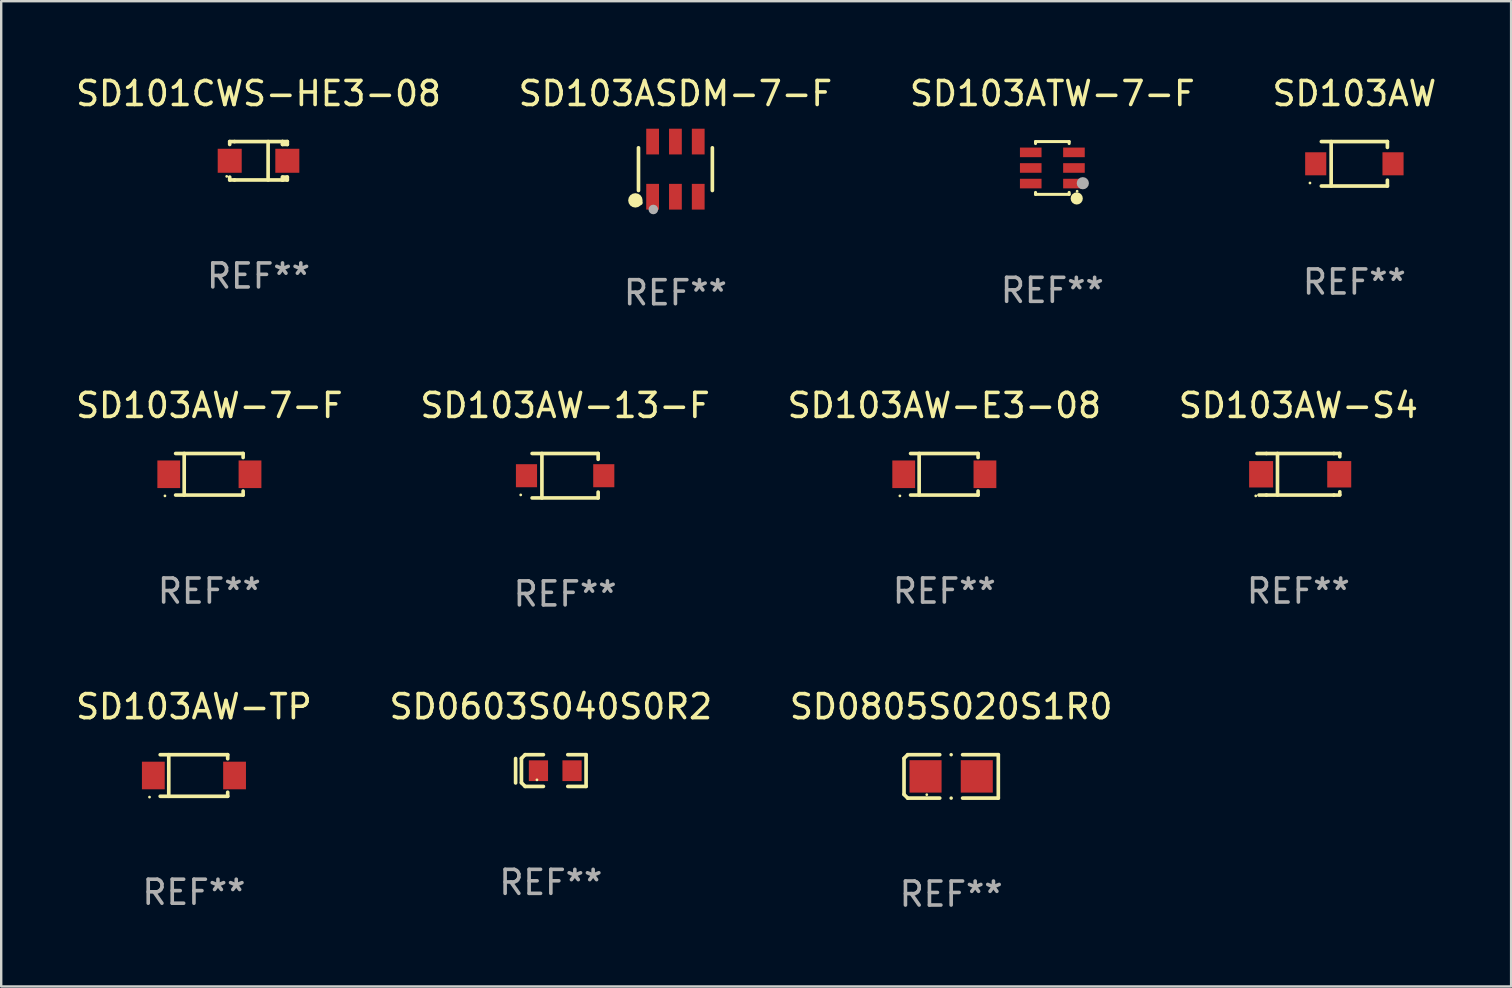
<source format=kicad_pcb>
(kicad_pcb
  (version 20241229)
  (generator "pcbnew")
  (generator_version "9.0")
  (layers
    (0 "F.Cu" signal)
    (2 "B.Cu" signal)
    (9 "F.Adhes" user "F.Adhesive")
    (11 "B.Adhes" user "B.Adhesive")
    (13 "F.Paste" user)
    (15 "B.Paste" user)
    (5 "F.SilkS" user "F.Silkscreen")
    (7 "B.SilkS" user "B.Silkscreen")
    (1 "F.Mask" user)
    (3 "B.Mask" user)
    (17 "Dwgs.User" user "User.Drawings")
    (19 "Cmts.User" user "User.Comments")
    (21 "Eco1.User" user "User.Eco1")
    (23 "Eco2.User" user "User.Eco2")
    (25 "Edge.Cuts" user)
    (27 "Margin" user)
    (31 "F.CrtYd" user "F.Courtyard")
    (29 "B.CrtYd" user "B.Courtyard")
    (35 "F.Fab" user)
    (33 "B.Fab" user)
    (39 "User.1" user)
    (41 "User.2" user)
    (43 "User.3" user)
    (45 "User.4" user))
  (footprint "SD103AW-TP"
    (layer "F.Cu")
    (at 5.03 29.258)
    (property "Reference" "SD103AW-TP" (at 0 -2.866 0) (layer "F.SilkS") (effects (font (size 1 1) (thickness 0.15))))
    (attr through_hole)
    (fp_line (start -1.406 -0.866) (end 1.406 -0.866) (stroke (width 0.152) (type solid)) (layer "F.SilkS"))
    (fp_line (start -1.406 0.866) (end 1.406 0.866) (stroke (width 0.152) (type solid)) (layer "F.SilkS"))
    (fp_line (start -1.049 -0.866) (end -1.049 0.866) (stroke (width 0.152) (type solid)) (layer "F.SilkS"))
    (fp_line (start 1.406 -0.866) (end 1.406 -0.698) (stroke (width 0.152) (type solid)) (layer "F.SilkS"))
    (fp_line (start 1.406 0.866) (end 1.406 0.698) (stroke (width 0.152) (type solid)) (layer "F.SilkS"))
    (fp_circle (center -1.851 0.9) (end -1.821 0.9) (stroke (width 0.06) (type solid)) (fill no) (layer "F.SilkS"))
    (fp_text user "REF**" (at 0 4.866 0) (layer "F.Fab") (effects (font (size 1 1) (thickness 0.15))))
    (pad "1" smd rect (at -1.692 0) (size 0.95 1.15) (layers "F.Cu" "F.Mask" "F.Paste"))
    (pad "2" smd rect (at 1.692 0) (size 0.95 1.15) (layers "F.Cu" "F.Mask" "F.Paste")))
  (footprint "SD103AW-E3-08"
    (layer "F.Cu")
    (at 36.292 16.709)
    (property "Reference" "SD103AW-E3-08" (at 0 -2.866 0) (layer "F.SilkS") (effects (font (size 1 1) (thickness 0.15))))
    (attr through_hole)
    (fp_line (start -1.406 -0.866) (end 1.406 -0.866) (stroke (width 0.152) (type solid)) (layer "F.SilkS"))
    (fp_line (start -1.406 0.866) (end 1.406 0.866) (stroke (width 0.152) (type solid)) (layer "F.SilkS"))
    (fp_line (start -1.049 -0.866) (end -1.049 0.866) (stroke (width 0.152) (type solid)) (layer "F.SilkS"))
    (fp_line (start 1.406 -0.866) (end 1.406 -0.698) (stroke (width 0.152) (type solid)) (layer "F.SilkS"))
    (fp_line (start 1.406 0.866) (end 1.406 0.698) (stroke (width 0.152) (type solid)) (layer "F.SilkS"))
    (fp_circle (center -1.851 0.9) (end -1.821 0.9) (stroke (width 0.06) (type solid)) (fill no) (layer "F.SilkS"))
    (fp_text user "REF**" (at 0 4.866 0) (layer "F.Fab") (effects (font (size 1 1) (thickness 0.15))))
    (pad "1" smd rect (at -1.692 0) (size 0.95 1.15) (layers "F.Cu" "F.Mask" "F.Paste"))
    (pad "2" smd rect (at 1.692 0) (size 0.95 1.15) (layers "F.Cu" "F.Mask" "F.Paste")))
  (footprint "SD103ATW-7-F"
    (layer "F.Cu")
    (at 40.792 3.948)
    (property "Reference" "SD103ATW-7-F" (at 0 -3.1 0) (layer "F.SilkS") (effects (font (size 1 1) (thickness 0.15))))
    (attr through_hole)
    (fp_line (start -0.7 -1.018) (end -0.7 -1.1) (stroke (width 0.127) (type solid)) (layer "F.SilkS"))
    (fp_line (start -0.7 1.1) (end -0.7 1.018) (stroke (width 0.127) (type solid)) (layer "F.SilkS"))
    (fp_line (start 0.7 -1.1) (end -0.7 -1.1) (stroke (width 0.127) (type solid)) (layer "F.SilkS"))
    (fp_line (start 0.7 -1.018) (end 0.7 -1.1) (stroke (width 0.127) (type solid)) (layer "F.SilkS"))
    (fp_line (start 0.7 1.1) (end -0.7 1.1) (stroke (width 0.127) (type solid)) (layer "F.SilkS"))
    (fp_line (start 0.7 1.1) (end 0.7 1.018) (stroke (width 0.127) (type solid)) (layer "F.SilkS"))
    (fp_circle (center 1.016 1.27) (end 1.143 1.27) (stroke (width 0.254) (type solid)) (fill no) (layer "F.SilkS"))
    (fp_circle (center 1.032 0.97) (end 1.062 0.97) (stroke (width 0.06) (type solid)) (fill no) (layer "F.SilkS"))
    (fp_circle (center 1.27 0.635) (end 1.397 0.635) (stroke (width 0.254) (type solid)) (fill no) (layer "F.Fab"))
    (fp_text user "REF**" (at 0 5.1 0) (layer "F.Fab") (effects (font (size 1 1) (thickness 0.15))))
    (pad "1" smd rect (at 0.9 0.65 90) (size 0.4 0.9) (layers "F.Cu" "F.Mask" "F.Paste"))
    (pad "2" smd rect (at 0.9 -0.000102 90) (size 0.4 0.9) (layers "F.Cu" "F.Mask" "F.Paste"))
    (pad "3" smd rect (at 0.9 -0.65 90) (size 0.4 0.9) (layers "F.Cu" "F.Mask" "F.Paste"))
    (pad "4" smd rect (at -0.9 -0.65 90) (size 0.4 0.9) (layers "F.Cu" "F.Mask" "F.Paste"))
    (pad "5" smd rect (at -0.9 -0.000102 90) (size 0.4 0.9) (layers "F.Cu" "F.Mask" "F.Paste"))
    (pad "6" smd rect (at -0.9 0.65 90) (size 0.4 0.9) (layers "F.Cu" "F.Mask" "F.Paste")))
  (footprint "SD0603S040S0R2"
    (layer "F.Cu")
    (at 19.899 29.052)
    (property "Reference" "SD0603S040S0R2" (at 0 -2.661 0) (layer "F.SilkS") (effects (font (size 1 1) (thickness 0.15))))
    (attr through_hole)
    (fp_line (start -1.468 -0.501) (end -1.468 0.515) (stroke (width 0.152) (type solid)) (layer "F.SilkS"))
    (fp_line (start -1.225 -0.508) (end -1.072 -0.661) (stroke (width 0.152) (type solid)) (layer "F.SilkS"))
    (fp_line (start -1.225 0.508) (end -1.225 -0.508) (stroke (width 0.152) (type solid)) (layer "F.SilkS"))
    (fp_line (start -1.072 -0.661) (end -0.31 -0.661) (stroke (width 0.152) (type solid)) (layer "F.SilkS"))
    (fp_line (start -1.072 0.661) (end -1.225 0.508) (stroke (width 0.152) (type solid)) (layer "F.SilkS"))
    (fp_line (start -1.072 0.661) (end -0.31 0.661) (stroke (width 0.152) (type solid)) (layer "F.SilkS"))
    (fp_line (start 1.468 -0.661) (end 0.706 -0.661) (stroke (width 0.152) (type solid)) (layer "F.SilkS"))
    (fp_line (start 1.468 -0.661) (end 1.468 0.661) (stroke (width 0.152) (type solid)) (layer "F.SilkS"))
    (fp_line (start 1.468 0.661) (end 0.706 0.661) (stroke (width 0.152) (type solid)) (layer "F.SilkS"))
    (fp_circle (center -0.579 0.388) (end -0.549 0.388) (stroke (width 0.06) (type solid)) (fill no) (layer "F.SilkS"))
    (fp_text user "REF**" (at 0 4.661 0) (layer "F.Fab") (effects (font (size 1 1) (thickness 0.15))))
    (pad "1" smd rect (at -0.517 0.007) (size 0.8 0.864) (layers "F.Cu" "F.Mask" "F.Paste"))
    (pad "2" smd rect (at 0.883 0.007) (size 0.8 0.864) (layers "F.Cu" "F.Mask" "F.Paste")))
  (footprint "SD103AW-13-F"
    (layer "F.Cu")
    (at 20.494 16.769)
    (property "Reference" "SD103AW-13-F" (at 0 -2.926 0) (layer "F.SilkS") (effects (font (size 1 1) (thickness 0.15))))
    (attr through_hole)
    (fp_line (start -1.376 -0.926) (end 1.376 -0.926) (stroke (width 0.152) (type solid)) (layer "F.SilkS"))
    (fp_line (start -1.376 0.926) (end 1.376 0.926) (stroke (width 0.152) (type solid)) (layer "F.SilkS"))
    (fp_line (start -0.967 -0.926) (end -0.967 0.926) (stroke (width 0.152) (type solid)) (layer "F.SilkS"))
    (fp_line (start 1.376 -0.926) (end 1.376 -0.683) (stroke (width 0.152) (type solid)) (layer "F.SilkS"))
    (fp_line (start 1.376 0.926) (end 1.376 0.683) (stroke (width 0.152) (type solid)) (layer "F.SilkS"))
    (fp_circle (center -1.85 0.8) (end -1.82 0.8) (stroke (width 0.06) (type solid)) (fill no) (layer "F.SilkS"))
    (fp_text user "REF**" (at 0 4.926 0) (layer "F.Fab") (effects (font (size 1 1) (thickness 0.15))))
    (pad "1" smd rect (at -1.61 0) (size 0.88 0.96) (layers "F.Cu" "F.Mask" "F.Paste"))
    (pad "2" smd rect (at 1.61 0) (size 0.88 0.96) (layers "F.Cu" "F.Mask" "F.Paste")))
  (footprint "SD0805S020S1R0"
    (layer "F.Cu")
    (at 36.577 29.296)
    (property "Reference" "SD0805S020S1R0" (at 0 -2.904 0) (layer "F.SilkS") (effects (font (size 1 1) (thickness 0.15))))
    (attr through_hole)
    (fp_line (start -1.964 -0.751) (end -1.811 -0.904) (stroke (width 0.152) (type solid)) (layer "F.SilkS"))
    (fp_line (start -1.964 0.751) (end -1.964 -0.751) (stroke (width 0.152) (type solid)) (layer "F.SilkS"))
    (fp_line (start -1.811 -0.904) (end -0.476 -0.904) (stroke (width 0.152) (type solid)) (layer "F.SilkS"))
    (fp_line (start -1.811 0.904) (end -1.964 0.751) (stroke (width 0.152) (type solid)) (layer "F.SilkS"))
    (fp_line (start -0.476 0.904) (end -1.811 0.904) (stroke (width 0.152) (type solid)) (layer "F.SilkS"))
    (fp_line (start 0.476 0.904) (end 1.964 0.904) (stroke (width 0.152) (type solid)) (layer "F.SilkS"))
    (fp_line (start 1.964 -0.904) (end 0.476 -0.904) (stroke (width 0.152) (type solid)) (layer "F.SilkS"))
    (fp_line (start 1.964 0.904) (end 1.964 -0.904) (stroke (width 0.152) (type solid)) (layer "F.SilkS"))
    (fp_circle (center -1.016 0.762) (end -0.986 0.762) (stroke (width 0.06) (type solid)) (fill no) (layer "F.SilkS"))
    (fp_circle (center -0.000076 -0.904) (end 0.038 -0.904) (stroke (width 0.076) (type solid)) (fill no) (layer "F.SilkS"))
    (fp_circle (center -0.000076 0.904) (end 0.038 0.904) (stroke (width 0.076) (type solid)) (fill no) (layer "F.SilkS"))
    (fp_text user "REF**" (at 0 4.904 0) (layer "F.Fab") (effects (font (size 1 1) (thickness 0.15))))
    (pad "1" smd rect (at -1.067 0.000076 180) (size 1.335 1.35) (layers "F.Cu" "F.Mask" "F.Paste"))
    (pad "2" smd rect (at 1.067 0.000076 180) (size 1.335 1.35) (layers "F.Cu" "F.Mask" "F.Paste")))
  (footprint "SD103ASDM-7-F"
    (layer "F.Cu")
    (at 25.089 3.997)
    (property "Reference" "SD103ASDM-7-F" (at 0 -3.149 0) (layer "F.SilkS") (effects (font (size 1 1) (thickness 0.15))))
    (attr through_hole)
    (fp_line (start -1.539 0.889) (end -1.539 -0.889) (stroke (width 0.152) (type solid)) (layer "F.SilkS"))
    (fp_line (start 1.539 0.889) (end 1.539 -0.889) (stroke (width 0.152) (type solid)) (layer "F.SilkS"))
    (fp_circle (center -1.668 1.301) (end -1.518 1.301) (stroke (width 0.3) (type solid)) (fill no) (layer "F.SilkS"))
    (fp_circle (center -1.463 1.4) (end -1.413 1.4) (stroke (width 0.1) (type solid)) (fill no) (layer "F.SilkS"))
    (fp_circle (center -0.92 1.68) (end -0.82 1.68) (stroke (width 0.2) (type solid)) (fill no) (layer "F.Fab"))
    (fp_text user "REF**" (at 0 5.149 0) (layer "F.Fab") (effects (font (size 1 1) (thickness 0.15))))
    (pad "1" smd rect (at -0.95 1.149) (size 0.532 1.072) (layers "F.Cu" "F.Mask" "F.Paste"))
    (pad "2" smd rect (at 0 1.149) (size 0.532 1.072) (layers "F.Cu" "F.Mask" "F.Paste"))
    (pad "3" smd rect (at 0.95 1.149) (size 0.532 1.072) (layers "F.Cu" "F.Mask" "F.Paste"))
    (pad "4" smd rect (at 0.95 -1.149) (size 0.532 1.072) (layers "F.Cu" "F.Mask" "F.Paste"))
    (pad "5" smd rect (at 0 -1.149) (size 0.532 1.072) (layers "F.Cu" "F.Mask" "F.Paste"))
    (pad "6" smd rect (at -0.95 -1.149) (size 0.532 1.072) (layers "F.Cu" "F.Mask" "F.Paste")))
  (footprint "SD101CWS-HE3-08"
    (layer "F.Cu")
    (at 7.72 3.648)
    (property "Reference" "SD101CWS-HE3-08" (at 0 -2.8 0) (layer "F.SilkS") (effects (font (size 1 1) (thickness 0.15))))
    (attr through_hole)
    (fp_line (start -1.2 -0.8) (end -1.2 -0.68) (stroke (width 0.152) (type solid)) (layer "F.SilkS"))
    (fp_line (start -1.2 0.68) (end -1.2 0.8) (stroke (width 0.152) (type solid)) (layer "F.SilkS"))
    (fp_line (start -1.2 0.8) (end -1 0.8) (stroke (width 0.152) (type solid)) (layer "F.SilkS"))
    (fp_line (start -1 -0.8) (end -1.2 -0.8) (stroke (width 0.152) (type solid)) (layer "F.SilkS"))
    (fp_line (start -1 -0.8) (end 1 -0.8) (stroke (width 0.152) (type solid)) (layer "F.SilkS"))
    (fp_line (start -1 0.8) (end 1 0.8) (stroke (width 0.152) (type solid)) (layer "F.SilkS"))
    (fp_line (start 0.4 -0.8) (end 0.4 0.8) (stroke (width 0.152) (type solid)) (layer "F.SilkS"))
    (fp_line (start 1 -0.8) (end 1 -0.68) (stroke (width 0.152) (type solid)) (layer "F.SilkS"))
    (fp_line (start 1 -0.8) (end 1.2 -0.8) (stroke (width 0.152) (type solid)) (layer "F.SilkS"))
    (fp_line (start 1 0.68) (end 1 0.8) (stroke (width 0.152) (type solid)) (layer "F.SilkS"))
    (fp_line (start 1 0.68) (end 1.2 0.68) (stroke (width 0.152) (type solid)) (layer "F.SilkS"))
    (fp_line (start 1.2 -0.8) (end 1.2 -0.68) (stroke (width 0.152) (type solid)) (layer "F.SilkS"))
    (fp_line (start 1.2 -0.68) (end 1 -0.68) (stroke (width 0.152) (type solid)) (layer "F.SilkS"))
    (fp_line (start 1.2 0.68) (end 1.2 0.8) (stroke (width 0.152) (type solid)) (layer "F.SilkS"))
    (fp_line (start 1.2 0.8) (end 1 0.8) (stroke (width 0.152) (type solid)) (layer "F.SilkS"))
    (fp_circle (center -1.325 0.65) (end -1.295 0.65) (stroke (width 0.06) (type solid)) (fill no) (layer "F.SilkS"))
    (fp_text user "REF**" (at 0 4.8 0) (layer "F.Fab") (effects (font (size 1 1) (thickness 0.15))))
    (pad "1" smd rect (at -1.2 0 180) (size 1 1) (layers "F.Cu" "F.Mask" "F.Paste"))
    (pad "2" smd rect (at 1.2 0 180) (size 1 1) (layers "F.Cu" "F.Mask" "F.Paste")))
  (footprint "SD103AW-7-F"
    (layer "F.Cu")
    (at 5.673 16.709)
    (property "Reference" "SD103AW-7-F" (at 0 -2.866 0) (layer "F.SilkS") (effects (font (size 1 1) (thickness 0.15))))
    (attr through_hole)
    (fp_line (start -1.406 -0.866) (end 1.406 -0.866) (stroke (width 0.152) (type solid)) (layer "F.SilkS"))
    (fp_line (start -1.406 0.866) (end 1.406 0.866) (stroke (width 0.152) (type solid)) (layer "F.SilkS"))
    (fp_line (start -1.049 -0.866) (end -1.049 0.866) (stroke (width 0.152) (type solid)) (layer "F.SilkS"))
    (fp_line (start 1.406 -0.866) (end 1.406 -0.698) (stroke (width 0.152) (type solid)) (layer "F.SilkS"))
    (fp_line (start 1.406 0.866) (end 1.406 0.698) (stroke (width 0.152) (type solid)) (layer "F.SilkS"))
    (fp_circle (center -1.851 0.9) (end -1.821 0.9) (stroke (width 0.06) (type solid)) (fill no) (layer "F.SilkS"))
    (fp_text user "REF**" (at 0 4.866 0) (layer "F.Fab") (effects (font (size 1 1) (thickness 0.15))))
    (pad "1" smd rect (at -1.692 0) (size 0.95 1.15) (layers "F.Cu" "F.Mask" "F.Paste"))
    (pad "2" smd rect (at 1.692 0) (size 0.95 1.15) (layers "F.Cu" "F.Mask" "F.Paste")))
  (footprint "SD103AW-S4"
    (layer "F.Cu")
    (at 51.042 16.709)
    (property "Reference" "SD103AW-S4" (at 0 -2.866 0) (layer "F.SilkS") (effects (font (size 1 1) (thickness 0.15))))
    (attr through_hole)
    (fp_line (start -1.332 0.866) (end -1.642 0.866) (stroke (width 0.152) (type solid)) (layer "F.SilkS"))
    (fp_line (start -1.331 -0.866) (end -1.725 -0.866) (stroke (width 0.152) (type solid)) (layer "F.SilkS"))
    (fp_line (start -1.331 -0.866) (end 1.481 -0.866) (stroke (width 0.152) (type solid)) (layer "F.SilkS"))
    (fp_line (start -1.331 0.866) (end 1.481 0.866) (stroke (width 0.152) (type solid)) (layer "F.SilkS"))
    (fp_line (start -0.87 -0.866) (end -0.87 0.866) (stroke (width 0.152) (type solid)) (layer "F.SilkS"))
    (fp_line (start 1.481 -0.866) (end 1.725 -0.866) (stroke (width 0.152) (type solid)) (layer "F.SilkS"))
    (fp_line (start 1.481 0.866) (end 1.725 0.866) (stroke (width 0.152) (type solid)) (layer "F.SilkS"))
    (fp_line (start 1.725 -0.866) (end 1.725 -0.73) (stroke (width 0.152) (type solid)) (layer "F.SilkS"))
    (fp_line (start 1.725 0.73) (end 1.725 0.85) (stroke (width 0.152) (type solid)) (layer "F.SilkS"))
    (fp_circle (center -1.775 0.9) (end -1.745 0.9) (stroke (width 0.06) (type solid)) (fill no) (layer "F.SilkS"))
    (fp_text user "REF**" (at 0 4.866 0) (layer "F.Fab") (effects (font (size 1 1) (thickness 0.15))))
    (pad "1" smd rect (at -1.552 0) (size 1 1.1) (layers "F.Cu" "F.Mask" "F.Paste"))
    (pad "2" smd rect (at 1.702 0) (size 1 1.1) (layers "F.Cu" "F.Mask" "F.Paste")))
  (footprint "SD103AW"
    (layer "F.Cu")
    (at 53.375 3.774)
    (property "Reference" "SD103AW" (at 0 -2.926 0) (layer "F.SilkS") (effects (font (size 1 1) (thickness 0.15))))
    (attr through_hole)
    (fp_line (start -1.376 -0.926) (end 1.376 -0.926) (stroke (width 0.152) (type solid)) (layer "F.SilkS"))
    (fp_line (start -1.376 0.926) (end 1.376 0.926) (stroke (width 0.152) (type solid)) (layer "F.SilkS"))
    (fp_line (start -0.967 -0.926) (end -0.967 0.926) (stroke (width 0.152) (type solid)) (layer "F.SilkS"))
    (fp_line (start 1.376 -0.926) (end 1.376 -0.683) (stroke (width 0.152) (type solid)) (layer "F.SilkS"))
    (fp_line (start 1.376 0.926) (end 1.376 0.683) (stroke (width 0.152) (type solid)) (layer "F.SilkS"))
    (fp_circle (center -1.85 0.8) (end -1.82 0.8) (stroke (width 0.06) (type solid)) (fill no) (layer "F.SilkS"))
    (fp_text user "REF**" (at 0 4.926 0) (layer "F.Fab") (effects (font (size 1 1) (thickness 0.15))))
    (pad "1" smd rect (at -1.61 0) (size 0.88 0.96) (layers "F.Cu" "F.Mask" "F.Paste"))
    (pad "2" smd rect (at 1.61 0) (size 0.88 0.96) (layers "F.Cu" "F.Mask" "F.Paste")))
  (gr_rect
    (start -3 -3)
    (end 59.905 38.047)
    (stroke (width 0.1) (type default))
    (fill no)
    (layer "Edge.Cuts")))
</source>
